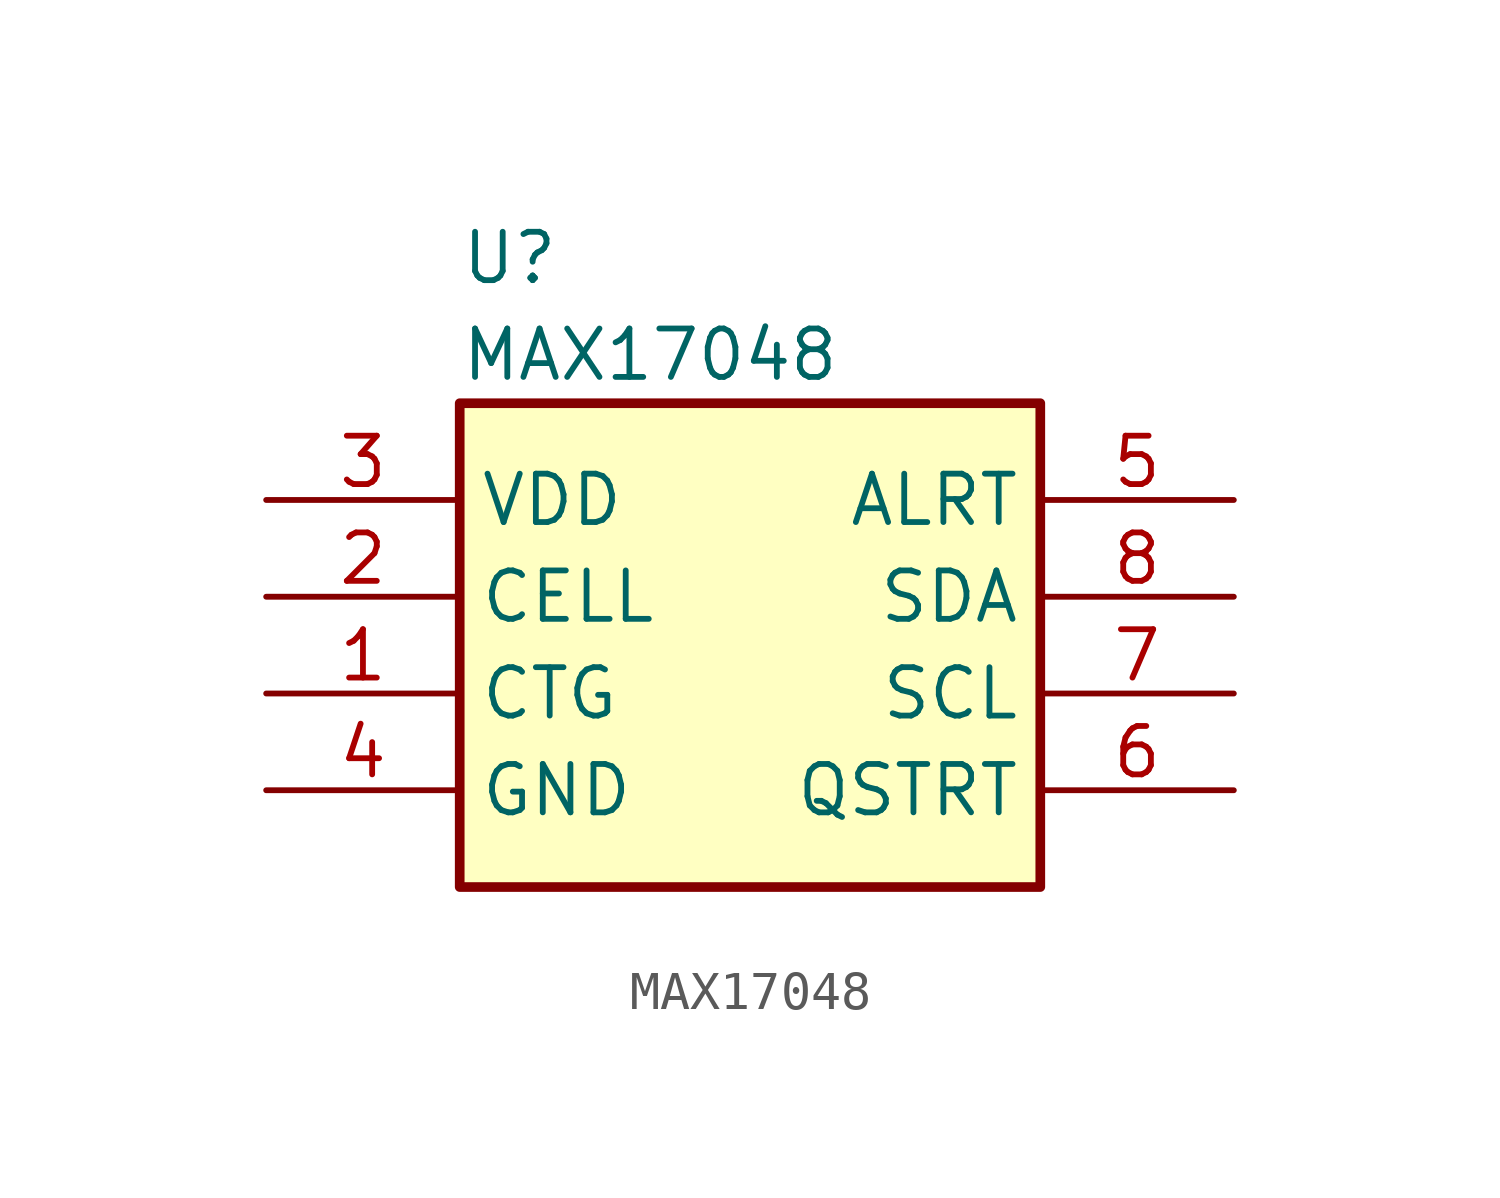
<source format=kicad_sym>
(kicad_symbol_lib
  (version 20211014)
  (generator kicad_symbol_editor)
  (symbol "MAX17048"
    (property "Reference" "U"
      (at 5.08 6.35 0)
      (effects (font (size 1.27 1.27)) (justify left)))
    (property "Value" "MAX17048"
      (at 5.08 3.81 0)
      (effects (font (size 1.27 1.27)) (justify left)))
    (symbol "MAX17048_1_1"
      (rectangle (start 5.08 2.54) (end 20.32 -10.16) (stroke (width 0.254) (type default) (color 0 0 0 0)) (fill (type background)))
      (pin bidirectional line (at 0 -5.08 0) (length 5.08) (name "CTG" (effects (font (size 1.27 1.27)))) (number "1" (effects (font (size 1.27 1.27)))))
      (pin power_in line (at 0 -2.54 0) (length 5.08) (name "CELL" (effects (font (size 1.27 1.27)))) (number "2" (effects (font (size 1.27 1.27)))))
      (pin power_in line (at 0 0 0) (length 5.08) (name "VDD" (effects (font (size 1.27 1.27)))) (number "3" (effects (font (size 1.27 1.27)))))
      (pin power_in line (at 0 -7.62 0) (length 5.08) (name "GND" (effects (font (size 1.27 1.27)))) (number "4" (effects (font (size 1.27 1.27)))))
      (pin bidirectional line (at 25.4 0 180) (length 5.08) (name "ALRT" (effects (font (size 1.27 1.27)))) (number "5" (effects (font (size 1.27 1.27)))))
      (pin bidirectional line (at 25.4 -7.62 180) (length 5.08) (name "QSTRT" (effects (font (size 1.27 1.27)))) (number "6" (effects (font (size 1.27 1.27)))))
      (pin bidirectional line (at 25.4 -5.08 180) (length 5.08) (name "SCL" (effects (font (size 1.27 1.27)))) (number "7" (effects (font (size 1.27 1.27)))))
      (pin bidirectional line (at 25.4 -2.54 180) (length 5.08) (name "SDA" (effects (font (size 1.27 1.27)))) (number "8" (effects (font (size 1.27 1.27)))))
      (pin power_in line (at 0 -7.62 0) (length 5.08) hide (name "GND" (effects (font (size 1.27 1.27)))) (number "9" (effects (font (size 1.27 1.27))))))))
</source>
